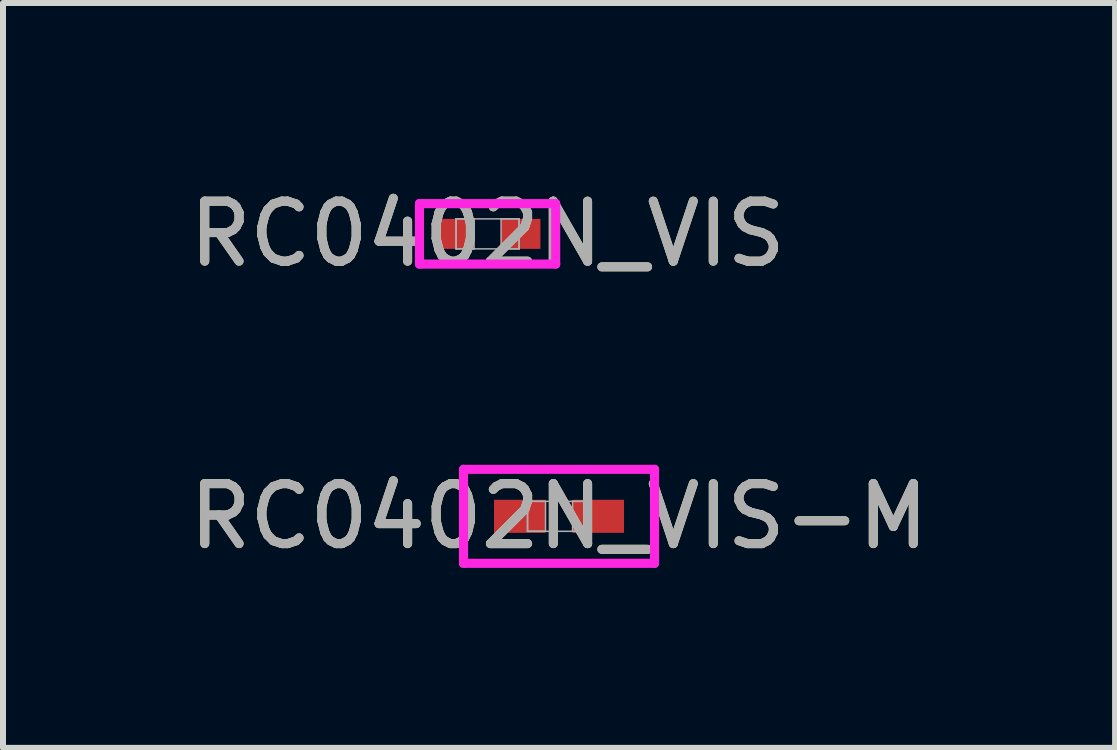
<source format=kicad_pcb>
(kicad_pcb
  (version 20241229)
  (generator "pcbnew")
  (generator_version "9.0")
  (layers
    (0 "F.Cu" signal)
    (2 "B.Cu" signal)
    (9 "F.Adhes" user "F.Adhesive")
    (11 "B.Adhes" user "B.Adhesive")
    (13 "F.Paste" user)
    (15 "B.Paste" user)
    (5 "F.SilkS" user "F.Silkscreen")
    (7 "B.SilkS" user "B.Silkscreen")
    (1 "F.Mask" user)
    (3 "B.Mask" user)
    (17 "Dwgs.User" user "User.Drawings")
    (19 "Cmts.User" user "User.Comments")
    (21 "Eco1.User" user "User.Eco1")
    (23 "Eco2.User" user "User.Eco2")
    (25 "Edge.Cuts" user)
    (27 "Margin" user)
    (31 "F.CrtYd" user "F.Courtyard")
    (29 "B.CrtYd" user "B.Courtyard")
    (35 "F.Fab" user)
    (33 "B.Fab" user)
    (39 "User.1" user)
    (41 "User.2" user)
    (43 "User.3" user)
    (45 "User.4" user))
  (footprint "RC0402N_VIS"
    (layer "F.Cu")
    (at 5.077 0.848)
    (property "Reference" "RC0402N_VIS" (at 0 0 0) (unlocked yes) (layer "F.SilkS") (effects (font (size 1 1) (thickness 0.15))))
    (attr smd)
    (fp_line (start -1.135 -0.504) (end 1.135 -0.504) (stroke (width 0.152) (type solid)) (layer "F.CrtYd"))
    (fp_line (start -1.135 0.504) (end -1.135 -0.504) (stroke (width 0.152) (type solid)) (layer "F.CrtYd"))
    (fp_line (start 1.135 -0.504) (end 1.135 0.504) (stroke (width 0.152) (type solid)) (layer "F.CrtYd"))
    (fp_line (start 1.135 0.504) (end -1.135 0.504) (stroke (width 0.152) (type solid)) (layer "F.CrtYd"))
    (fp_line (start -0.525 -0.25) (end -0.525 0.25) (stroke (width 0.025) (type solid)) (layer "F.Fab"))
    (fp_line (start -0.525 -0.25) (end -0.525 0.25) (stroke (width 0.025) (type solid)) (layer "F.Fab"))
    (fp_line (start -0.525 0.25) (end -0.225 0.25) (stroke (width 0.025) (type solid)) (layer "F.Fab"))
    (fp_line (start -0.525 0.25) (end 0.525 0.25) (stroke (width 0.025) (type solid)) (layer "F.Fab"))
    (fp_line (start -0.225 -0.25) (end -0.525 -0.25) (stroke (width 0.025) (type solid)) (layer "F.Fab"))
    (fp_line (start -0.225 0.25) (end -0.225 -0.25) (stroke (width 0.025) (type solid)) (layer "F.Fab"))
    (fp_line (start 0.225 -0.25) (end 0.225 0.25) (stroke (width 0.025) (type solid)) (layer "F.Fab"))
    (fp_line (start 0.225 0.25) (end 0.525 0.25) (stroke (width 0.025) (type solid)) (layer "F.Fab"))
    (fp_line (start 0.525 -0.25) (end -0.525 -0.25) (stroke (width 0.025) (type solid)) (layer "F.Fab"))
    (fp_line (start 0.525 -0.25) (end 0.225 -0.25) (stroke (width 0.025) (type solid)) (layer "F.Fab"))
    (fp_line (start 0.525 0.25) (end 0.525 -0.25) (stroke (width 0.025) (type solid)) (layer "F.Fab"))
    (fp_line (start 0.525 0.25) (end 0.525 -0.25) (stroke (width 0.025) (type solid)) (layer "F.Fab"))
    (fp_text user "${REFERENCE}" (at 0 0 0) (unlocked yes) (layer "F.Fab") (effects (font (size 1 1) (thickness 0.15))))
    (pad "1" smd rect (at -0.553 0) (size 0.656 0.5) (layers "F.Cu" "F.Mask" "F.Paste"))
    (pad "2" smd rect (at 0.553 0) (size 0.656 0.5) (layers "F.Cu" "F.Mask" "F.Paste"))
    (zone (net_name "") (layer "F.Cu") (hatch full 0.508) (connect_pads) (min_thickness 0.254) (filled_areas_thickness no) (keepout (tracks not_allowed) (vias not_allowed) (pads allowed) (copperpour not_allowed) (footprints allowed)) (placement (enabled no)) (fill) (polygon (pts (xy 4.903 0.649) (xy 5.252 0.649) (xy 5.252 1.047) (xy 4.903 1.047)))))
  (footprint "RC0402N_VIS-M"
    (layer "F.Cu")
    (at 6.268 5.556)
    (property "Reference" "RC0402N_VIS-M" (at 0 0 0) (unlocked yes) (layer "F.SilkS") (effects (font (size 1 1) (thickness 0.15))))
    (attr smd)
    (fp_line (start -1.592 -0.783) (end 1.592 -0.783) (stroke (width 0.152) (type solid)) (layer "F.CrtYd"))
    (fp_line (start -1.592 0.783) (end -1.592 -0.783) (stroke (width 0.152) (type solid)) (layer "F.CrtYd"))
    (fp_line (start 1.592 -0.783) (end 1.592 0.783) (stroke (width 0.152) (type solid)) (layer "F.CrtYd"))
    (fp_line (start 1.592 0.783) (end -1.592 0.783) (stroke (width 0.152) (type solid)) (layer "F.CrtYd"))
    (fp_line (start -0.525 -0.25) (end -0.525 0.25) (stroke (width 0.025) (type solid)) (layer "F.Fab"))
    (fp_line (start -0.525 -0.25) (end -0.525 0.25) (stroke (width 0.025) (type solid)) (layer "F.Fab"))
    (fp_line (start -0.525 0.25) (end -0.225 0.25) (stroke (width 0.025) (type solid)) (layer "F.Fab"))
    (fp_line (start -0.525 0.25) (end 0.525 0.25) (stroke (width 0.025) (type solid)) (layer "F.Fab"))
    (fp_line (start -0.225 -0.25) (end -0.525 -0.25) (stroke (width 0.025) (type solid)) (layer "F.Fab"))
    (fp_line (start -0.225 0.25) (end -0.225 -0.25) (stroke (width 0.025) (type solid)) (layer "F.Fab"))
    (fp_line (start 0.225 -0.25) (end 0.225 0.25) (stroke (width 0.025) (type solid)) (layer "F.Fab"))
    (fp_line (start 0.225 0.25) (end 0.525 0.25) (stroke (width 0.025) (type solid)) (layer "F.Fab"))
    (fp_line (start 0.525 -0.25) (end -0.525 -0.25) (stroke (width 0.025) (type solid)) (layer "F.Fab"))
    (fp_line (start 0.525 -0.25) (end 0.225 -0.25) (stroke (width 0.025) (type solid)) (layer "F.Fab"))
    (fp_line (start 0.525 0.25) (end 0.525 -0.25) (stroke (width 0.025) (type solid)) (layer "F.Fab"))
    (fp_line (start 0.525 0.25) (end 0.525 -0.25) (stroke (width 0.025) (type solid)) (layer "F.Fab"))
    (fp_text user "${REFERENCE}" (at 0 0 0) (unlocked yes) (layer "F.Fab") (effects (font (size 1 1) (thickness 0.15))))
    (pad "1" smd rect (at -0.654 0) (size 0.859 0.551) (layers "F.Cu" "F.Mask" "F.Paste"))
    (pad "2" smd rect (at 0.654 0) (size 0.859 0.551) (layers "F.Cu" "F.Mask" "F.Paste"))
    (zone (net_name "") (layer "F.Cu") (hatch full 0.508) (connect_pads) (min_thickness 0.254) (filled_areas_thickness no) (keepout (tracks not_allowed) (vias not_allowed) (pads allowed) (copperpour not_allowed) (footprints allowed)) (placement (enabled no)) (fill) (polygon (pts (xy 6.094 5.357) (xy 6.442 5.357) (xy 6.442 5.755) (xy 6.094 5.755)))))
  (gr_rect
    (start -3 -3)
    (end 15.536 9.416)
    (stroke (width 0.1) (type default))
    (fill no)
    (layer "Edge.Cuts")))
</source>
